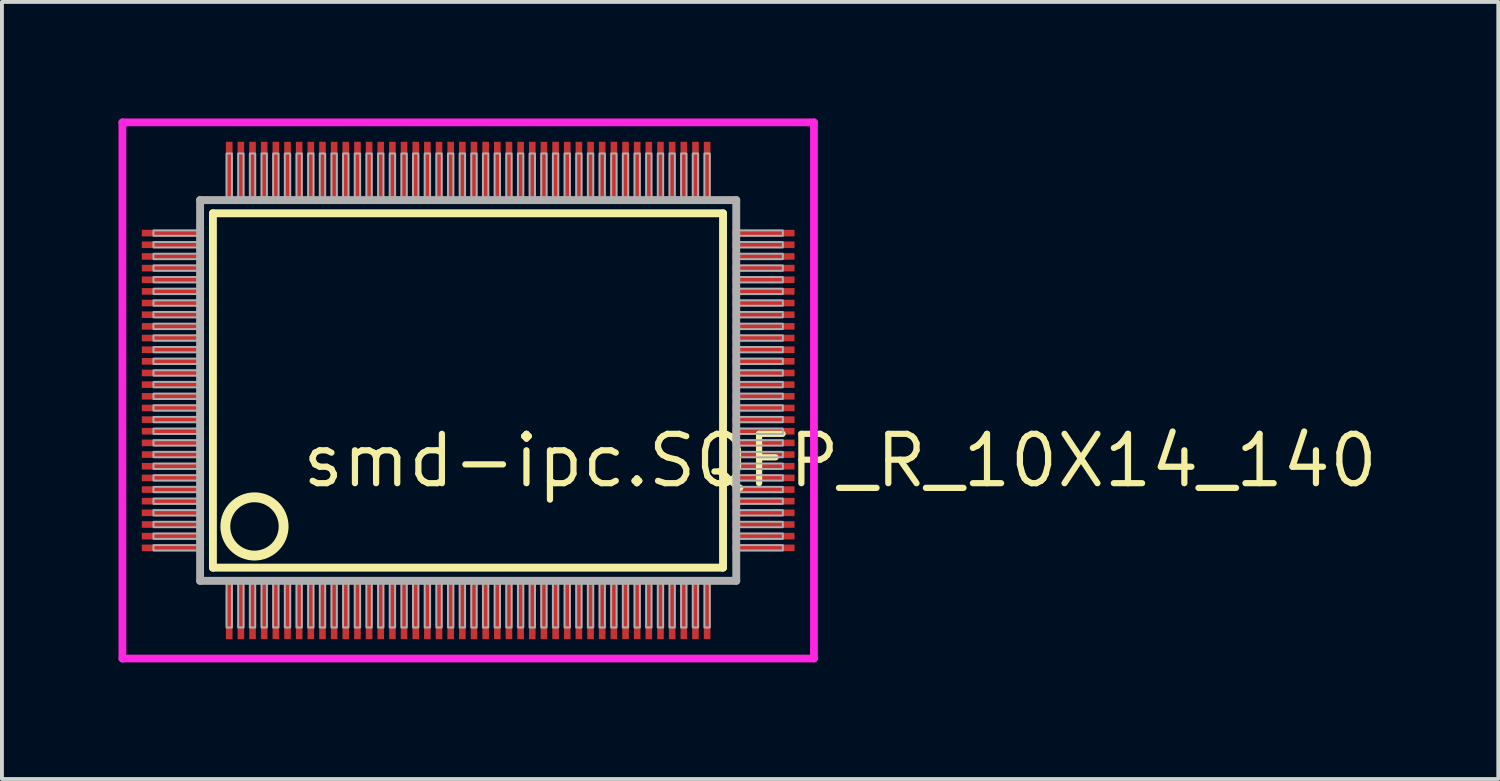
<source format=kicad_pcb>
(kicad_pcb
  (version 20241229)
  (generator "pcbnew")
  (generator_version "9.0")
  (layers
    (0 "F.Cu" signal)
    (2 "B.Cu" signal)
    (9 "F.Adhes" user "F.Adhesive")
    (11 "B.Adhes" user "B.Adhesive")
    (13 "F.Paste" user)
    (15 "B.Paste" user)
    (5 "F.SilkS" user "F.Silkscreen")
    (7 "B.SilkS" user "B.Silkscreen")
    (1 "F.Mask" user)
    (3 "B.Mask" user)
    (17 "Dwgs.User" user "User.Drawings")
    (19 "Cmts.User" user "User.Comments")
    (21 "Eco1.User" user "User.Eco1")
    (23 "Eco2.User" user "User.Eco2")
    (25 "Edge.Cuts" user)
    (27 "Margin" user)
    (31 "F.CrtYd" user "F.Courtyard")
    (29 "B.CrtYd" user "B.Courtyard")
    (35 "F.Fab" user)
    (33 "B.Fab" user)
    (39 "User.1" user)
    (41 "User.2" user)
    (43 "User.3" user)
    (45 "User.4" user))
  (footprint "smd-ipc.SQFP_R_10X14_140"
    (layer "F.Cu")
    (at 9 7)
    (property "Reference" "smd-ipc.SQFP_R_10X14_140" (at -4.35 2.55 0) (layer "F.SilkS") (effects (font (size 1.27 1.27) (thickness 0.16)) (justify left bottom)))
    (attr smd)
    (fp_line (start -6.57 -4.56) (end 6.56 -4.56) (stroke (width 0.203) (type default)) (layer "F.SilkS"))
    (fp_line (start -6.57 4.56) (end -6.57 -4.56) (stroke (width 0.203) (type default)) (layer "F.SilkS"))
    (fp_line (start 6.56 -4.56) (end 6.56 4.56) (stroke (width 0.203) (type default)) (layer "F.SilkS"))
    (fp_line (start 6.56 4.56) (end -6.57 4.56) (stroke (width 0.203) (type default)) (layer "F.SilkS"))
    (fp_circle (center -5.5 3.5) (end -4.75 3.5) (stroke (width 0.254) (type default)) (fill no) (layer "F.SilkS"))
    (fp_line (start -8.9 -6.9) (end 8.9 -6.9) (stroke (width 0.2) (type default)) (layer "F.CrtYd"))
    (fp_line (start -8.9 6.9) (end -8.9 -6.9) (stroke (width 0.2) (type default)) (layer "F.CrtYd"))
    (fp_line (start 8.9 -6.9) (end 8.9 6.9) (stroke (width 0.2) (type default)) (layer "F.CrtYd"))
    (fp_line (start 8.9 6.9) (end -8.9 6.9) (stroke (width 0.2) (type default)) (layer "F.CrtYd"))
    (fp_line (start -6.9 -4.9) (end -6.9 4.9) (stroke (width 0.203) (type default)) (layer "F.Fab"))
    (fp_line (start -6.9 4.9) (end 6.9 4.9) (stroke (width 0.203) (type default)) (layer "F.Fab"))
    (fp_line (start 6.9 -4.9) (end -6.9 -4.9) (stroke (width 0.203) (type default)) (layer "F.Fab"))
    (fp_line (start 6.9 4.9) (end 6.9 -4.9) (stroke (width 0.203) (type default)) (layer "F.Fab"))
    (fp_rect (start -8.1 -3.98) (end -6.95 -4.12) (stroke (width 0.05) (type default)) (fill no) (layer "F.Fab"))
    (fp_rect (start -8.1 -3.68) (end -6.95 -3.82) (stroke (width 0.05) (type default)) (fill no) (layer "F.Fab"))
    (fp_rect (start -8.1 -3.38) (end -6.95 -3.52) (stroke (width 0.05) (type default)) (fill no) (layer "F.Fab"))
    (fp_rect (start -8.1 -3.08) (end -6.95 -3.22) (stroke (width 0.05) (type default)) (fill no) (layer "F.Fab"))
    (fp_rect (start -8.1 -2.78) (end -6.95 -2.92) (stroke (width 0.05) (type default)) (fill no) (layer "F.Fab"))
    (fp_rect (start -8.1 -2.48) (end -6.95 -2.62) (stroke (width 0.05) (type default)) (fill no) (layer "F.Fab"))
    (fp_rect (start -8.1 -2.18) (end -6.95 -2.32) (stroke (width 0.05) (type default)) (fill no) (layer "F.Fab"))
    (fp_rect (start -8.1 -1.88) (end -6.95 -2.02) (stroke (width 0.05) (type default)) (fill no) (layer "F.Fab"))
    (fp_rect (start -8.1 -1.58) (end -6.95 -1.72) (stroke (width 0.05) (type default)) (fill no) (layer "F.Fab"))
    (fp_rect (start -8.1 -1.28) (end -6.95 -1.42) (stroke (width 0.05) (type default)) (fill no) (layer "F.Fab"))
    (fp_rect (start -8.1 -0.98) (end -6.95 -1.12) (stroke (width 0.05) (type default)) (fill no) (layer "F.Fab"))
    (fp_rect (start -8.1 -0.68) (end -6.95 -0.82) (stroke (width 0.05) (type default)) (fill no) (layer "F.Fab"))
    (fp_rect (start -8.1 -0.38) (end -6.95 -0.52) (stroke (width 0.05) (type default)) (fill no) (layer "F.Fab"))
    (fp_rect (start -8.1 -0.08) (end -6.95 -0.22) (stroke (width 0.05) (type default)) (fill no) (layer "F.Fab"))
    (fp_rect (start -8.1 0.22) (end -6.95 0.08) (stroke (width 0.05) (type default)) (fill no) (layer "F.Fab"))
    (fp_rect (start -8.1 0.52) (end -6.95 0.38) (stroke (width 0.05) (type default)) (fill no) (layer "F.Fab"))
    (fp_rect (start -8.1 0.82) (end -6.95 0.68) (stroke (width 0.05) (type default)) (fill no) (layer "F.Fab"))
    (fp_rect (start -8.1 1.12) (end -6.95 0.98) (stroke (width 0.05) (type default)) (fill no) (layer "F.Fab"))
    (fp_rect (start -8.1 1.42) (end -6.95 1.28) (stroke (width 0.05) (type default)) (fill no) (layer "F.Fab"))
    (fp_rect (start -8.1 1.72) (end -6.95 1.58) (stroke (width 0.05) (type default)) (fill no) (layer "F.Fab"))
    (fp_rect (start -8.1 2.02) (end -6.95 1.88) (stroke (width 0.05) (type default)) (fill no) (layer "F.Fab"))
    (fp_rect (start -8.1 2.32) (end -6.95 2.18) (stroke (width 0.05) (type default)) (fill no) (layer "F.Fab"))
    (fp_rect (start -8.1 2.62) (end -6.95 2.48) (stroke (width 0.05) (type default)) (fill no) (layer "F.Fab"))
    (fp_rect (start -8.1 2.92) (end -6.95 2.78) (stroke (width 0.05) (type default)) (fill no) (layer "F.Fab"))
    (fp_rect (start -8.1 3.22) (end -6.95 3.08) (stroke (width 0.05) (type default)) (fill no) (layer "F.Fab"))
    (fp_rect (start -8.1 3.52) (end -6.95 3.38) (stroke (width 0.05) (type default)) (fill no) (layer "F.Fab"))
    (fp_rect (start -8.1 3.82) (end -6.95 3.68) (stroke (width 0.05) (type default)) (fill no) (layer "F.Fab"))
    (fp_rect (start -8.1 4.12) (end -6.95 3.98) (stroke (width 0.05) (type default)) (fill no) (layer "F.Fab"))
    (fp_rect (start -6.22 -4.95) (end -6.08 -6.1) (stroke (width 0.05) (type default)) (fill no) (layer "F.Fab"))
    (fp_rect (start -6.22 6.1) (end -6.08 4.95) (stroke (width 0.05) (type default)) (fill no) (layer "F.Fab"))
    (fp_rect (start -5.92 -4.95) (end -5.78 -6.1) (stroke (width 0.05) (type default)) (fill no) (layer "F.Fab"))
    (fp_rect (start -5.92 6.1) (end -5.78 4.95) (stroke (width 0.05) (type default)) (fill no) (layer "F.Fab"))
    (fp_rect (start -5.62 -4.95) (end -5.48 -6.1) (stroke (width 0.05) (type default)) (fill no) (layer "F.Fab"))
    (fp_rect (start -5.62 6.1) (end -5.48 4.95) (stroke (width 0.05) (type default)) (fill no) (layer "F.Fab"))
    (fp_rect (start -5.32 -4.95) (end -5.18 -6.1) (stroke (width 0.05) (type default)) (fill no) (layer "F.Fab"))
    (fp_rect (start -5.32 6.1) (end -5.18 4.95) (stroke (width 0.05) (type default)) (fill no) (layer "F.Fab"))
    (fp_rect (start -5.02 -4.95) (end -4.88 -6.1) (stroke (width 0.05) (type default)) (fill no) (layer "F.Fab"))
    (fp_rect (start -5.02 6.1) (end -4.88 4.95) (stroke (width 0.05) (type default)) (fill no) (layer "F.Fab"))
    (fp_rect (start -4.72 -4.95) (end -4.58 -6.1) (stroke (width 0.05) (type default)) (fill no) (layer "F.Fab"))
    (fp_rect (start -4.72 6.1) (end -4.58 4.95) (stroke (width 0.05) (type default)) (fill no) (layer "F.Fab"))
    (fp_rect (start -4.42 -4.95) (end -4.28 -6.1) (stroke (width 0.05) (type default)) (fill no) (layer "F.Fab"))
    (fp_rect (start -4.42 6.1) (end -4.28 4.95) (stroke (width 0.05) (type default)) (fill no) (layer "F.Fab"))
    (fp_rect (start -4.12 -4.95) (end -3.98 -6.1) (stroke (width 0.05) (type default)) (fill no) (layer "F.Fab"))
    (fp_rect (start -4.12 6.1) (end -3.98 4.95) (stroke (width 0.05) (type default)) (fill no) (layer "F.Fab"))
    (fp_rect (start -3.82 -4.95) (end -3.68 -6.1) (stroke (width 0.05) (type default)) (fill no) (layer "F.Fab"))
    (fp_rect (start -3.82 6.1) (end -3.68 4.95) (stroke (width 0.05) (type default)) (fill no) (layer "F.Fab"))
    (fp_rect (start -3.52 -4.95) (end -3.38 -6.1) (stroke (width 0.05) (type default)) (fill no) (layer "F.Fab"))
    (fp_rect (start -3.52 6.1) (end -3.38 4.95) (stroke (width 0.05) (type default)) (fill no) (layer "F.Fab"))
    (fp_rect (start -3.22 -4.95) (end -3.08 -6.1) (stroke (width 0.05) (type default)) (fill no) (layer "F.Fab"))
    (fp_rect (start -3.22 6.1) (end -3.08 4.95) (stroke (width 0.05) (type default)) (fill no) (layer "F.Fab"))
    (fp_rect (start -2.92 -4.95) (end -2.78 -6.1) (stroke (width 0.05) (type default)) (fill no) (layer "F.Fab"))
    (fp_rect (start -2.92 6.1) (end -2.78 4.95) (stroke (width 0.05) (type default)) (fill no) (layer "F.Fab"))
    (fp_rect (start -2.62 -4.95) (end -2.48 -6.1) (stroke (width 0.05) (type default)) (fill no) (layer "F.Fab"))
    (fp_rect (start -2.62 6.1) (end -2.48 4.95) (stroke (width 0.05) (type default)) (fill no) (layer "F.Fab"))
    (fp_rect (start -2.32 -4.95) (end -2.18 -6.1) (stroke (width 0.05) (type default)) (fill no) (layer "F.Fab"))
    (fp_rect (start -2.32 6.1) (end -2.18 4.95) (stroke (width 0.05) (type default)) (fill no) (layer "F.Fab"))
    (fp_rect (start -2.02 -4.95) (end -1.88 -6.1) (stroke (width 0.05) (type default)) (fill no) (layer "F.Fab"))
    (fp_rect (start -2.02 6.1) (end -1.88 4.95) (stroke (width 0.05) (type default)) (fill no) (layer "F.Fab"))
    (fp_rect (start -1.72 -4.95) (end -1.58 -6.1) (stroke (width 0.05) (type default)) (fill no) (layer "F.Fab"))
    (fp_rect (start -1.72 6.1) (end -1.58 4.95) (stroke (width 0.05) (type default)) (fill no) (layer "F.Fab"))
    (fp_rect (start -1.42 -4.95) (end -1.28 -6.1) (stroke (width 0.05) (type default)) (fill no) (layer "F.Fab"))
    (fp_rect (start -1.42 6.1) (end -1.28 4.95) (stroke (width 0.05) (type default)) (fill no) (layer "F.Fab"))
    (fp_rect (start -1.12 -4.95) (end -0.98 -6.1) (stroke (width 0.05) (type default)) (fill no) (layer "F.Fab"))
    (fp_rect (start -1.12 6.1) (end -0.98 4.95) (stroke (width 0.05) (type default)) (fill no) (layer "F.Fab"))
    (fp_rect (start -0.82 -4.95) (end -0.68 -6.1) (stroke (width 0.05) (type default)) (fill no) (layer "F.Fab"))
    (fp_rect (start -0.82 6.1) (end -0.68 4.95) (stroke (width 0.05) (type default)) (fill no) (layer "F.Fab"))
    (fp_rect (start -0.52 -4.95) (end -0.38 -6.1) (stroke (width 0.05) (type default)) (fill no) (layer "F.Fab"))
    (fp_rect (start -0.52 6.1) (end -0.38 4.95) (stroke (width 0.05) (type default)) (fill no) (layer "F.Fab"))
    (fp_rect (start -0.22 -4.95) (end -0.08 -6.1) (stroke (width 0.05) (type default)) (fill no) (layer "F.Fab"))
    (fp_rect (start -0.22 6.1) (end -0.08 4.95) (stroke (width 0.05) (type default)) (fill no) (layer "F.Fab"))
    (fp_rect (start 0.08 -4.95) (end 0.22 -6.1) (stroke (width 0.05) (type default)) (fill no) (layer "F.Fab"))
    (fp_rect (start 0.08 6.1) (end 0.22 4.95) (stroke (width 0.05) (type default)) (fill no) (layer "F.Fab"))
    (fp_rect (start 0.38 -4.95) (end 0.52 -6.1) (stroke (width 0.05) (type default)) (fill no) (layer "F.Fab"))
    (fp_rect (start 0.38 6.1) (end 0.52 4.95) (stroke (width 0.05) (type default)) (fill no) (layer "F.Fab"))
    (fp_rect (start 0.68 -4.95) (end 0.82 -6.1) (stroke (width 0.05) (type default)) (fill no) (layer "F.Fab"))
    (fp_rect (start 0.68 6.1) (end 0.82 4.95) (stroke (width 0.05) (type default)) (fill no) (layer "F.Fab"))
    (fp_rect (start 0.98 -4.95) (end 1.12 -6.1) (stroke (width 0.05) (type default)) (fill no) (layer "F.Fab"))
    (fp_rect (start 0.98 6.1) (end 1.12 4.95) (stroke (width 0.05) (type default)) (fill no) (layer "F.Fab"))
    (fp_rect (start 1.28 -4.95) (end 1.42 -6.1) (stroke (width 0.05) (type default)) (fill no) (layer "F.Fab"))
    (fp_rect (start 1.28 6.1) (end 1.42 4.95) (stroke (width 0.05) (type default)) (fill no) (layer "F.Fab"))
    (fp_rect (start 1.58 -4.95) (end 1.72 -6.1) (stroke (width 0.05) (type default)) (fill no) (layer "F.Fab"))
    (fp_rect (start 1.58 6.1) (end 1.72 4.95) (stroke (width 0.05) (type default)) (fill no) (layer "F.Fab"))
    (fp_rect (start 1.88 -4.95) (end 2.02 -6.1) (stroke (width 0.05) (type default)) (fill no) (layer "F.Fab"))
    (fp_rect (start 1.88 6.1) (end 2.02 4.95) (stroke (width 0.05) (type default)) (fill no) (layer "F.Fab"))
    (fp_rect (start 2.18 -4.95) (end 2.32 -6.1) (stroke (width 0.05) (type default)) (fill no) (layer "F.Fab"))
    (fp_rect (start 2.18 6.1) (end 2.32 4.95) (stroke (width 0.05) (type default)) (fill no) (layer "F.Fab"))
    (fp_rect (start 2.48 -4.95) (end 2.62 -6.1) (stroke (width 0.05) (type default)) (fill no) (layer "F.Fab"))
    (fp_rect (start 2.48 6.1) (end 2.62 4.95) (stroke (width 0.05) (type default)) (fill no) (layer "F.Fab"))
    (fp_rect (start 2.78 -4.95) (end 2.92 -6.1) (stroke (width 0.05) (type default)) (fill no) (layer "F.Fab"))
    (fp_rect (start 2.78 6.1) (end 2.92 4.95) (stroke (width 0.05) (type default)) (fill no) (layer "F.Fab"))
    (fp_rect (start 3.08 -4.95) (end 3.22 -6.1) (stroke (width 0.05) (type default)) (fill no) (layer "F.Fab"))
    (fp_rect (start 3.08 6.1) (end 3.22 4.95) (stroke (width 0.05) (type default)) (fill no) (layer "F.Fab"))
    (fp_rect (start 3.38 -4.95) (end 3.52 -6.1) (stroke (width 0.05) (type default)) (fill no) (layer "F.Fab"))
    (fp_rect (start 3.38 6.1) (end 3.52 4.95) (stroke (width 0.05) (type default)) (fill no) (layer "F.Fab"))
    (fp_rect (start 3.68 -4.95) (end 3.82 -6.1) (stroke (width 0.05) (type default)) (fill no) (layer "F.Fab"))
    (fp_rect (start 3.68 6.1) (end 3.82 4.95) (stroke (width 0.05) (type default)) (fill no) (layer "F.Fab"))
    (fp_rect (start 3.98 -4.95) (end 4.12 -6.1) (stroke (width 0.05) (type default)) (fill no) (layer "F.Fab"))
    (fp_rect (start 3.98 6.1) (end 4.12 4.95) (stroke (width 0.05) (type default)) (fill no) (layer "F.Fab"))
    (fp_rect (start 4.28 -4.95) (end 4.42 -6.1) (stroke (width 0.05) (type default)) (fill no) (layer "F.Fab"))
    (fp_rect (start 4.28 6.1) (end 4.42 4.95) (stroke (width 0.05) (type default)) (fill no) (layer "F.Fab"))
    (fp_rect (start 4.58 -4.95) (end 4.72 -6.1) (stroke (width 0.05) (type default)) (fill no) (layer "F.Fab"))
    (fp_rect (start 4.58 6.1) (end 4.72 4.95) (stroke (width 0.05) (type default)) (fill no) (layer "F.Fab"))
    (fp_rect (start 4.88 -4.95) (end 5.02 -6.1) (stroke (width 0.05) (type default)) (fill no) (layer "F.Fab"))
    (fp_rect (start 4.88 6.1) (end 5.02 4.95) (stroke (width 0.05) (type default)) (fill no) (layer "F.Fab"))
    (fp_rect (start 5.18 -4.95) (end 5.32 -6.1) (stroke (width 0.05) (type default)) (fill no) (layer "F.Fab"))
    (fp_rect (start 5.18 6.1) (end 5.32 4.95) (stroke (width 0.05) (type default)) (fill no) (layer "F.Fab"))
    (fp_rect (start 5.48 -4.95) (end 5.62 -6.1) (stroke (width 0.05) (type default)) (fill no) (layer "F.Fab"))
    (fp_rect (start 5.48 6.1) (end 5.62 4.95) (stroke (width 0.05) (type default)) (fill no) (layer "F.Fab"))
    (fp_rect (start 5.78 -4.95) (end 5.92 -6.1) (stroke (width 0.05) (type default)) (fill no) (layer "F.Fab"))
    (fp_rect (start 5.78 6.1) (end 5.92 4.95) (stroke (width 0.05) (type default)) (fill no) (layer "F.Fab"))
    (fp_rect (start 6.08 -4.95) (end 6.22 -6.1) (stroke (width 0.05) (type default)) (fill no) (layer "F.Fab"))
    (fp_rect (start 6.08 6.1) (end 6.22 4.95) (stroke (width 0.05) (type default)) (fill no) (layer "F.Fab"))
    (fp_rect (start 6.95 -3.98) (end 8.1 -4.12) (stroke (width 0.05) (type default)) (fill no) (layer "F.Fab"))
    (fp_rect (start 6.95 -3.68) (end 8.1 -3.82) (stroke (width 0.05) (type default)) (fill no) (layer "F.Fab"))
    (fp_rect (start 6.95 -3.38) (end 8.1 -3.52) (stroke (width 0.05) (type default)) (fill no) (layer "F.Fab"))
    (fp_rect (start 6.95 -3.08) (end 8.1 -3.22) (stroke (width 0.05) (type default)) (fill no) (layer "F.Fab"))
    (fp_rect (start 6.95 -2.78) (end 8.1 -2.92) (stroke (width 0.05) (type default)) (fill no) (layer "F.Fab"))
    (fp_rect (start 6.95 -2.48) (end 8.1 -2.62) (stroke (width 0.05) (type default)) (fill no) (layer "F.Fab"))
    (fp_rect (start 6.95 -2.18) (end 8.1 -2.32) (stroke (width 0.05) (type default)) (fill no) (layer "F.Fab"))
    (fp_rect (start 6.95 -1.88) (end 8.1 -2.02) (stroke (width 0.05) (type default)) (fill no) (layer "F.Fab"))
    (fp_rect (start 6.95 -1.58) (end 8.1 -1.72) (stroke (width 0.05) (type default)) (fill no) (layer "F.Fab"))
    (fp_rect (start 6.95 -1.28) (end 8.1 -1.42) (stroke (width 0.05) (type default)) (fill no) (layer "F.Fab"))
    (fp_rect (start 6.95 -0.98) (end 8.1 -1.12) (stroke (width 0.05) (type default)) (fill no) (layer "F.Fab"))
    (fp_rect (start 6.95 -0.68) (end 8.1 -0.82) (stroke (width 0.05) (type default)) (fill no) (layer "F.Fab"))
    (fp_rect (start 6.95 -0.38) (end 8.1 -0.52) (stroke (width 0.05) (type default)) (fill no) (layer "F.Fab"))
    (fp_rect (start 6.95 -0.08) (end 8.1 -0.22) (stroke (width 0.05) (type default)) (fill no) (layer "F.Fab"))
    (fp_rect (start 6.95 0.22) (end 8.1 0.08) (stroke (width 0.05) (type default)) (fill no) (layer "F.Fab"))
    (fp_rect (start 6.95 0.52) (end 8.1 0.38) (stroke (width 0.05) (type default)) (fill no) (layer "F.Fab"))
    (fp_rect (start 6.95 0.82) (end 8.1 0.68) (stroke (width 0.05) (type default)) (fill no) (layer "F.Fab"))
    (fp_rect (start 6.95 1.12) (end 8.1 0.98) (stroke (width 0.05) (type default)) (fill no) (layer "F.Fab"))
    (fp_rect (start 6.95 1.42) (end 8.1 1.28) (stroke (width 0.05) (type default)) (fill no) (layer "F.Fab"))
    (fp_rect (start 6.95 1.72) (end 8.1 1.58) (stroke (width 0.05) (type default)) (fill no) (layer "F.Fab"))
    (fp_rect (start 6.95 2.02) (end 8.1 1.88) (stroke (width 0.05) (type default)) (fill no) (layer "F.Fab"))
    (fp_rect (start 6.95 2.32) (end 8.1 2.18) (stroke (width 0.05) (type default)) (fill no) (layer "F.Fab"))
    (fp_rect (start 6.95 2.62) (end 8.1 2.48) (stroke (width 0.05) (type default)) (fill no) (layer "F.Fab"))
    (fp_rect (start 6.95 2.92) (end 8.1 2.78) (stroke (width 0.05) (type default)) (fill no) (layer "F.Fab"))
    (fp_rect (start 6.95 3.22) (end 8.1 3.08) (stroke (width 0.05) (type default)) (fill no) (layer "F.Fab"))
    (fp_rect (start 6.95 3.52) (end 8.1 3.38) (stroke (width 0.05) (type default)) (fill no) (layer "F.Fab"))
    (fp_rect (start 6.95 3.82) (end 8.1 3.68) (stroke (width 0.05) (type default)) (fill no) (layer "F.Fab"))
    (fp_rect (start 6.95 4.12) (end 8.1 3.98) (stroke (width 0.05) (type default)) (fill no) (layer "F.Fab"))
    (pad "1" smd roundrect (at -6.15 5.6) (size 0.17 1.6) (layers "F.Cu" "F.Mask" "F.Paste") (roundrect_rratio 0.01))
    (pad "2" smd roundrect (at -5.85 5.6) (size 0.17 1.6) (layers "F.Cu" "F.Mask" "F.Paste") (roundrect_rratio 0.01))
    (pad "3" smd roundrect (at -5.55 5.6) (size 0.17 1.6) (layers "F.Cu" "F.Mask" "F.Paste") (roundrect_rratio 0.01))
    (pad "4" smd roundrect (at -5.25 5.6) (size 0.17 1.6) (layers "F.Cu" "F.Mask" "F.Paste") (roundrect_rratio 0.01))
    (pad "5" smd roundrect (at -4.95 5.6) (size 0.17 1.6) (layers "F.Cu" "F.Mask" "F.Paste") (roundrect_rratio 0.01))
    (pad "6" smd roundrect (at -4.65 5.6) (size 0.17 1.6) (layers "F.Cu" "F.Mask" "F.Paste") (roundrect_rratio 0.01))
    (pad "7" smd roundrect (at -4.35 5.6) (size 0.17 1.6) (layers "F.Cu" "F.Mask" "F.Paste") (roundrect_rratio 0.01))
    (pad "8" smd roundrect (at -4.05 5.6) (size 0.17 1.6) (layers "F.Cu" "F.Mask" "F.Paste") (roundrect_rratio 0.01))
    (pad "9" smd roundrect (at -3.75 5.6) (size 0.17 1.6) (layers "F.Cu" "F.Mask" "F.Paste") (roundrect_rratio 0.01))
    (pad "10" smd roundrect (at -3.45 5.6) (size 0.17 1.6) (layers "F.Cu" "F.Mask" "F.Paste") (roundrect_rratio 0.01))
    (pad "11" smd roundrect (at -3.15 5.6) (size 0.17 1.6) (layers "F.Cu" "F.Mask" "F.Paste") (roundrect_rratio 0.01))
    (pad "12" smd roundrect (at -2.85 5.6) (size 0.17 1.6) (layers "F.Cu" "F.Mask" "F.Paste") (roundrect_rratio 0.01))
    (pad "13" smd roundrect (at -2.55 5.6) (size 0.17 1.6) (layers "F.Cu" "F.Mask" "F.Paste") (roundrect_rratio 0.01))
    (pad "14" smd roundrect (at -2.25 5.6) (size 0.17 1.6) (layers "F.Cu" "F.Mask" "F.Paste") (roundrect_rratio 0.01))
    (pad "15" smd roundrect (at -1.95 5.6) (size 0.17 1.6) (layers "F.Cu" "F.Mask" "F.Paste") (roundrect_rratio 0.01))
    (pad "16" smd roundrect (at -1.65 5.6) (size 0.17 1.6) (layers "F.Cu" "F.Mask" "F.Paste") (roundrect_rratio 0.01))
    (pad "17" smd roundrect (at -1.35 5.6) (size 0.17 1.6) (layers "F.Cu" "F.Mask" "F.Paste") (roundrect_rratio 0.01))
    (pad "18" smd roundrect (at -1.05 5.6) (size 0.17 1.6) (layers "F.Cu" "F.Mask" "F.Paste") (roundrect_rratio 0.01))
    (pad "19" smd roundrect (at -0.75 5.6) (size 0.17 1.6) (layers "F.Cu" "F.Mask" "F.Paste") (roundrect_rratio 0.01))
    (pad "20" smd roundrect (at -0.45 5.6) (size 0.17 1.6) (layers "F.Cu" "F.Mask" "F.Paste") (roundrect_rratio 0.01))
    (pad "21" smd roundrect (at -0.15 5.6) (size 0.17 1.6) (layers "F.Cu" "F.Mask" "F.Paste") (roundrect_rratio 0.01))
    (pad "22" smd roundrect (at 0.15 5.6) (size 0.17 1.6) (layers "F.Cu" "F.Mask" "F.Paste") (roundrect_rratio 0.01))
    (pad "23" smd roundrect (at 0.45 5.6) (size 0.17 1.6) (layers "F.Cu" "F.Mask" "F.Paste") (roundrect_rratio 0.01))
    (pad "24" smd roundrect (at 0.75 5.6) (size 0.17 1.6) (layers "F.Cu" "F.Mask" "F.Paste") (roundrect_rratio 0.01))
    (pad "25" smd roundrect (at 1.05 5.6) (size 0.17 1.6) (layers "F.Cu" "F.Mask" "F.Paste") (roundrect_rratio 0.01))
    (pad "26" smd roundrect (at 1.35 5.6) (size 0.17 1.6) (layers "F.Cu" "F.Mask" "F.Paste") (roundrect_rratio 0.01))
    (pad "27" smd roundrect (at 1.65 5.6) (size 0.17 1.6) (layers "F.Cu" "F.Mask" "F.Paste") (roundrect_rratio 0.01))
    (pad "28" smd roundrect (at 1.95 5.6) (size 0.17 1.6) (layers "F.Cu" "F.Mask" "F.Paste") (roundrect_rratio 0.01))
    (pad "29" smd roundrect (at 2.25 5.6) (size 0.17 1.6) (layers "F.Cu" "F.Mask" "F.Paste") (roundrect_rratio 0.01))
    (pad "30" smd roundrect (at 2.55 5.6) (size 0.17 1.6) (layers "F.Cu" "F.Mask" "F.Paste") (roundrect_rratio 0.01))
    (pad "31" smd roundrect (at 2.85 5.6) (size 0.17 1.6) (layers "F.Cu" "F.Mask" "F.Paste") (roundrect_rratio 0.01))
    (pad "32" smd roundrect (at 3.15 5.6) (size 0.17 1.6) (layers "F.Cu" "F.Mask" "F.Paste") (roundrect_rratio 0.01))
    (pad "33" smd roundrect (at 3.45 5.6) (size 0.17 1.6) (layers "F.Cu" "F.Mask" "F.Paste") (roundrect_rratio 0.01))
    (pad "34" smd roundrect (at 3.75 5.6) (size 0.17 1.6) (layers "F.Cu" "F.Mask" "F.Paste") (roundrect_rratio 0.01))
    (pad "35" smd roundrect (at 4.05 5.6) (size 0.17 1.6) (layers "F.Cu" "F.Mask" "F.Paste") (roundrect_rratio 0.01))
    (pad "36" smd roundrect (at 4.35 5.6) (size 0.17 1.6) (layers "F.Cu" "F.Mask" "F.Paste") (roundrect_rratio 0.01))
    (pad "37" smd roundrect (at 4.65 5.6) (size 0.17 1.6) (layers "F.Cu" "F.Mask" "F.Paste") (roundrect_rratio 0.01))
    (pad "38" smd roundrect (at 4.95 5.6) (size 0.17 1.6) (layers "F.Cu" "F.Mask" "F.Paste") (roundrect_rratio 0.01))
    (pad "39" smd roundrect (at 5.25 5.6) (size 0.17 1.6) (layers "F.Cu" "F.Mask" "F.Paste") (roundrect_rratio 0.01))
    (pad "40" smd roundrect (at 5.55 5.6) (size 0.17 1.6) (layers "F.Cu" "F.Mask" "F.Paste") (roundrect_rratio 0.01))
    (pad "41" smd roundrect (at 5.85 5.6) (size 0.17 1.6) (layers "F.Cu" "F.Mask" "F.Paste") (roundrect_rratio 0.01))
    (pad "42" smd roundrect (at 6.15 5.6) (size 0.17 1.6) (layers "F.Cu" "F.Mask" "F.Paste") (roundrect_rratio 0.01))
    (pad "43" smd roundrect (at 7.6 4.05) (size 1.6 0.17) (layers "F.Cu" "F.Mask" "F.Paste") (roundrect_rratio 0.01))
    (pad "44" smd roundrect (at 7.6 3.75) (size 1.6 0.17) (layers "F.Cu" "F.Mask" "F.Paste") (roundrect_rratio 0.01))
    (pad "45" smd roundrect (at 7.6 3.45) (size 1.6 0.17) (layers "F.Cu" "F.Mask" "F.Paste") (roundrect_rratio 0.01))
    (pad "46" smd roundrect (at 7.6 3.15) (size 1.6 0.17) (layers "F.Cu" "F.Mask" "F.Paste") (roundrect_rratio 0.01))
    (pad "47" smd roundrect (at 7.6 2.85) (size 1.6 0.17) (layers "F.Cu" "F.Mask" "F.Paste") (roundrect_rratio 0.01))
    (pad "48" smd roundrect (at 7.6 2.55) (size 1.6 0.17) (layers "F.Cu" "F.Mask" "F.Paste") (roundrect_rratio 0.01))
    (pad "49" smd roundrect (at 7.6 2.25) (size 1.6 0.17) (layers "F.Cu" "F.Mask" "F.Paste") (roundrect_rratio 0.01))
    (pad "50" smd roundrect (at 7.6 1.95) (size 1.6 0.17) (layers "F.Cu" "F.Mask" "F.Paste") (roundrect_rratio 0.01))
    (pad "51" smd roundrect (at 7.6 1.65) (size 1.6 0.17) (layers "F.Cu" "F.Mask" "F.Paste") (roundrect_rratio 0.01))
    (pad "52" smd roundrect (at 7.6 1.35) (size 1.6 0.17) (layers "F.Cu" "F.Mask" "F.Paste") (roundrect_rratio 0.01))
    (pad "53" smd roundrect (at 7.6 1.05) (size 1.6 0.17) (layers "F.Cu" "F.Mask" "F.Paste") (roundrect_rratio 0.01))
    (pad "54" smd roundrect (at 7.6 0.75) (size 1.6 0.17) (layers "F.Cu" "F.Mask" "F.Paste") (roundrect_rratio 0.01))
    (pad "55" smd roundrect (at 7.6 0.45) (size 1.6 0.17) (layers "F.Cu" "F.Mask" "F.Paste") (roundrect_rratio 0.01))
    (pad "56" smd roundrect (at 7.6 0.15) (size 1.6 0.17) (layers "F.Cu" "F.Mask" "F.Paste") (roundrect_rratio 0.01))
    (pad "57" smd roundrect (at 7.6 -0.15) (size 1.6 0.17) (layers "F.Cu" "F.Mask" "F.Paste") (roundrect_rratio 0.01))
    (pad "58" smd roundrect (at 7.6 -0.45) (size 1.6 0.17) (layers "F.Cu" "F.Mask" "F.Paste") (roundrect_rratio 0.01))
    (pad "59" smd roundrect (at 7.6 -0.75) (size 1.6 0.17) (layers "F.Cu" "F.Mask" "F.Paste") (roundrect_rratio 0.01))
    (pad "60" smd roundrect (at 7.6 -1.05) (size 1.6 0.17) (layers "F.Cu" "F.Mask" "F.Paste") (roundrect_rratio 0.01))
    (pad "61" smd roundrect (at 7.6 -1.35) (size 1.6 0.17) (layers "F.Cu" "F.Mask" "F.Paste") (roundrect_rratio 0.01))
    (pad "62" smd roundrect (at 7.6 -1.65) (size 1.6 0.17) (layers "F.Cu" "F.Mask" "F.Paste") (roundrect_rratio 0.01))
    (pad "63" smd roundrect (at 7.6 -1.95) (size 1.6 0.17) (layers "F.Cu" "F.Mask" "F.Paste") (roundrect_rratio 0.01))
    (pad "64" smd roundrect (at 7.6 -2.25) (size 1.6 0.17) (layers "F.Cu" "F.Mask" "F.Paste") (roundrect_rratio 0.01))
    (pad "65" smd roundrect (at 7.6 -2.55) (size 1.6 0.17) (layers "F.Cu" "F.Mask" "F.Paste") (roundrect_rratio 0.01))
    (pad "66" smd roundrect (at 7.6 -2.85) (size 1.6 0.17) (layers "F.Cu" "F.Mask" "F.Paste") (roundrect_rratio 0.01))
    (pad "67" smd roundrect (at 7.6 -3.15) (size 1.6 0.17) (layers "F.Cu" "F.Mask" "F.Paste") (roundrect_rratio 0.01))
    (pad "68" smd roundrect (at 7.6 -3.45) (size 1.6 0.17) (layers "F.Cu" "F.Mask" "F.Paste") (roundrect_rratio 0.01))
    (pad "69" smd roundrect (at 7.6 -3.75) (size 1.6 0.17) (layers "F.Cu" "F.Mask" "F.Paste") (roundrect_rratio 0.01))
    (pad "70" smd roundrect (at 7.6 -4.05) (size 1.6 0.17) (layers "F.Cu" "F.Mask" "F.Paste") (roundrect_rratio 0.01))
    (pad "71" smd roundrect (at 6.15 -5.6) (size 0.17 1.6) (layers "F.Cu" "F.Mask" "F.Paste") (roundrect_rratio 0.01))
    (pad "72" smd roundrect (at 5.85 -5.6) (size 0.17 1.6) (layers "F.Cu" "F.Mask" "F.Paste") (roundrect_rratio 0.01))
    (pad "73" smd roundrect (at 5.55 -5.6) (size 0.17 1.6) (layers "F.Cu" "F.Mask" "F.Paste") (roundrect_rratio 0.01))
    (pad "74" smd roundrect (at 5.25 -5.6) (size 0.17 1.6) (layers "F.Cu" "F.Mask" "F.Paste") (roundrect_rratio 0.01))
    (pad "75" smd roundrect (at 4.95 -5.6) (size 0.17 1.6) (layers "F.Cu" "F.Mask" "F.Paste") (roundrect_rratio 0.01))
    (pad "76" smd roundrect (at 4.65 -5.6) (size 0.17 1.6) (layers "F.Cu" "F.Mask" "F.Paste") (roundrect_rratio 0.01))
    (pad "77" smd roundrect (at 4.35 -5.6) (size 0.17 1.6) (layers "F.Cu" "F.Mask" "F.Paste") (roundrect_rratio 0.01))
    (pad "78" smd roundrect (at 4.05 -5.6) (size 0.17 1.6) (layers "F.Cu" "F.Mask" "F.Paste") (roundrect_rratio 0.01))
    (pad "79" smd roundrect (at 3.75 -5.6) (size 0.17 1.6) (layers "F.Cu" "F.Mask" "F.Paste") (roundrect_rratio 0.01))
    (pad "80" smd roundrect (at 3.45 -5.6) (size 0.17 1.6) (layers "F.Cu" "F.Mask" "F.Paste") (roundrect_rratio 0.01))
    (pad "81" smd roundrect (at 3.15 -5.6) (size 0.17 1.6) (layers "F.Cu" "F.Mask" "F.Paste") (roundrect_rratio 0.01))
    (pad "82" smd roundrect (at 2.85 -5.6) (size 0.17 1.6) (layers "F.Cu" "F.Mask" "F.Paste") (roundrect_rratio 0.01))
    (pad "83" smd roundrect (at 2.55 -5.6) (size 0.17 1.6) (layers "F.Cu" "F.Mask" "F.Paste") (roundrect_rratio 0.01))
    (pad "84" smd roundrect (at 2.25 -5.6) (size 0.17 1.6) (layers "F.Cu" "F.Mask" "F.Paste") (roundrect_rratio 0.01))
    (pad "85" smd roundrect (at 1.95 -5.6) (size 0.17 1.6) (layers "F.Cu" "F.Mask" "F.Paste") (roundrect_rratio 0.01))
    (pad "86" smd roundrect (at 1.65 -5.6) (size 0.17 1.6) (layers "F.Cu" "F.Mask" "F.Paste") (roundrect_rratio 0.01))
    (pad "87" smd roundrect (at 1.35 -5.6) (size 0.17 1.6) (layers "F.Cu" "F.Mask" "F.Paste") (roundrect_rratio 0.01))
    (pad "88" smd roundrect (at 1.05 -5.6) (size 0.17 1.6) (layers "F.Cu" "F.Mask" "F.Paste") (roundrect_rratio 0.01))
    (pad "89" smd roundrect (at 0.75 -5.6) (size 0.17 1.6) (layers "F.Cu" "F.Mask" "F.Paste") (roundrect_rratio 0.01))
    (pad "90" smd roundrect (at 0.45 -5.6) (size 0.17 1.6) (layers "F.Cu" "F.Mask" "F.Paste") (roundrect_rratio 0.01))
    (pad "91" smd roundrect (at 0.15 -5.6) (size 0.17 1.6) (layers "F.Cu" "F.Mask" "F.Paste") (roundrect_rratio 0.01))
    (pad "92" smd roundrect (at -0.15 -5.6) (size 0.17 1.6) (layers "F.Cu" "F.Mask" "F.Paste") (roundrect_rratio 0.01))
    (pad "93" smd roundrect (at -0.45 -5.6) (size 0.17 1.6) (layers "F.Cu" "F.Mask" "F.Paste") (roundrect_rratio 0.01))
    (pad "94" smd roundrect (at -0.75 -5.6) (size 0.17 1.6) (layers "F.Cu" "F.Mask" "F.Paste") (roundrect_rratio 0.01))
    (pad "95" smd roundrect (at -1.05 -5.6) (size 0.17 1.6) (layers "F.Cu" "F.Mask" "F.Paste") (roundrect_rratio 0.01))
    (pad "96" smd roundrect (at -1.35 -5.6) (size 0.17 1.6) (layers "F.Cu" "F.Mask" "F.Paste") (roundrect_rratio 0.01))
    (pad "97" smd roundrect (at -1.65 -5.6) (size 0.17 1.6) (layers "F.Cu" "F.Mask" "F.Paste") (roundrect_rratio 0.01))
    (pad "98" smd roundrect (at -1.95 -5.6) (size 0.17 1.6) (layers "F.Cu" "F.Mask" "F.Paste") (roundrect_rratio 0.01))
    (pad "99" smd roundrect (at -2.25 -5.6) (size 0.17 1.6) (layers "F.Cu" "F.Mask" "F.Paste") (roundrect_rratio 0.01))
    (pad "100" smd roundrect (at -2.55 -5.6) (size 0.17 1.6) (layers "F.Cu" "F.Mask" "F.Paste") (roundrect_rratio 0.01))
    (pad "101" smd roundrect (at -2.85 -5.6) (size 0.17 1.6) (layers "F.Cu" "F.Mask" "F.Paste") (roundrect_rratio 0.01))
    (pad "102" smd roundrect (at -3.15 -5.6) (size 0.17 1.6) (layers "F.Cu" "F.Mask" "F.Paste") (roundrect_rratio 0.01))
    (pad "103" smd roundrect (at -3.45 -5.6) (size 0.17 1.6) (layers "F.Cu" "F.Mask" "F.Paste") (roundrect_rratio 0.01))
    (pad "104" smd roundrect (at -3.75 -5.6) (size 0.17 1.6) (layers "F.Cu" "F.Mask" "F.Paste") (roundrect_rratio 0.01))
    (pad "105" smd roundrect (at -4.05 -5.6) (size 0.17 1.6) (layers "F.Cu" "F.Mask" "F.Paste") (roundrect_rratio 0.01))
    (pad "106" smd roundrect (at -4.35 -5.6) (size 0.17 1.6) (layers "F.Cu" "F.Mask" "F.Paste") (roundrect_rratio 0.01))
    (pad "107" smd roundrect (at -4.65 -5.6) (size 0.17 1.6) (layers "F.Cu" "F.Mask" "F.Paste") (roundrect_rratio 0.01))
    (pad "108" smd roundrect (at -4.95 -5.6) (size 0.17 1.6) (layers "F.Cu" "F.Mask" "F.Paste") (roundrect_rratio 0.01))
    (pad "109" smd roundrect (at -5.25 -5.6) (size 0.17 1.6) (layers "F.Cu" "F.Mask" "F.Paste") (roundrect_rratio 0.01))
    (pad "110" smd roundrect (at -5.55 -5.6) (size 0.17 1.6) (layers "F.Cu" "F.Mask" "F.Paste") (roundrect_rratio 0.01))
    (pad "111" smd roundrect (at -5.85 -5.6) (size 0.17 1.6) (layers "F.Cu" "F.Mask" "F.Paste") (roundrect_rratio 0.01))
    (pad "112" smd roundrect (at -6.15 -5.6) (size 0.17 1.6) (layers "F.Cu" "F.Mask" "F.Paste") (roundrect_rratio 0.01))
    (pad "113" smd roundrect (at -7.6 -4.05) (size 1.6 0.17) (layers "F.Cu" "F.Mask" "F.Paste") (roundrect_rratio 0.01))
    (pad "114" smd roundrect (at -7.6 -3.75) (size 1.6 0.17) (layers "F.Cu" "F.Mask" "F.Paste") (roundrect_rratio 0.01))
    (pad "115" smd roundrect (at -7.6 -3.45) (size 1.6 0.17) (layers "F.Cu" "F.Mask" "F.Paste") (roundrect_rratio 0.01))
    (pad "116" smd roundrect (at -7.6 -3.15) (size 1.6 0.17) (layers "F.Cu" "F.Mask" "F.Paste") (roundrect_rratio 0.01))
    (pad "117" smd roundrect (at -7.6 -2.85) (size 1.6 0.17) (layers "F.Cu" "F.Mask" "F.Paste") (roundrect_rratio 0.01))
    (pad "118" smd roundrect (at -7.6 -2.55) (size 1.6 0.17) (layers "F.Cu" "F.Mask" "F.Paste") (roundrect_rratio 0.01))
    (pad "119" smd roundrect (at -7.6 -2.25) (size 1.6 0.17) (layers "F.Cu" "F.Mask" "F.Paste") (roundrect_rratio 0.01))
    (pad "120" smd roundrect (at -7.6 -1.95) (size 1.6 0.17) (layers "F.Cu" "F.Mask" "F.Paste") (roundrect_rratio 0.01))
    (pad "121" smd roundrect (at -7.6 -1.65) (size 1.6 0.17) (layers "F.Cu" "F.Mask" "F.Paste") (roundrect_rratio 0.01))
    (pad "122" smd roundrect (at -7.6 -1.35) (size 1.6 0.17) (layers "F.Cu" "F.Mask" "F.Paste") (roundrect_rratio 0.01))
    (pad "123" smd roundrect (at -7.6 -1.05) (size 1.6 0.17) (layers "F.Cu" "F.Mask" "F.Paste") (roundrect_rratio 0.01))
    (pad "124" smd roundrect (at -7.6 -0.75) (size 1.6 0.17) (layers "F.Cu" "F.Mask" "F.Paste") (roundrect_rratio 0.01))
    (pad "125" smd roundrect (at -7.6 -0.45) (size 1.6 0.17) (layers "F.Cu" "F.Mask" "F.Paste") (roundrect_rratio 0.01))
    (pad "126" smd roundrect (at -7.6 -0.15) (size 1.6 0.17) (layers "F.Cu" "F.Mask" "F.Paste") (roundrect_rratio 0.01))
    (pad "127" smd roundrect (at -7.6 0.15) (size 1.6 0.17) (layers "F.Cu" "F.Mask" "F.Paste") (roundrect_rratio 0.01))
    (pad "128" smd roundrect (at -7.6 0.45) (size 1.6 0.17) (layers "F.Cu" "F.Mask" "F.Paste") (roundrect_rratio 0.01))
    (pad "129" smd roundrect (at -7.6 0.75) (size 1.6 0.17) (layers "F.Cu" "F.Mask" "F.Paste") (roundrect_rratio 0.01))
    (pad "130" smd roundrect (at -7.6 1.05) (size 1.6 0.17) (layers "F.Cu" "F.Mask" "F.Paste") (roundrect_rratio 0.01))
    (pad "131" smd roundrect (at -7.6 1.35) (size 1.6 0.17) (layers "F.Cu" "F.Mask" "F.Paste") (roundrect_rratio 0.01))
    (pad "132" smd roundrect (at -7.6 1.65) (size 1.6 0.17) (layers "F.Cu" "F.Mask" "F.Paste") (roundrect_rratio 0.01))
    (pad "133" smd roundrect (at -7.6 1.95) (size 1.6 0.17) (layers "F.Cu" "F.Mask" "F.Paste") (roundrect_rratio 0.01))
    (pad "134" smd roundrect (at -7.6 2.25) (size 1.6 0.17) (layers "F.Cu" "F.Mask" "F.Paste") (roundrect_rratio 0.01))
    (pad "135" smd roundrect (at -7.6 2.55) (size 1.6 0.17) (layers "F.Cu" "F.Mask" "F.Paste") (roundrect_rratio 0.01))
    (pad "136" smd roundrect (at -7.6 2.85) (size 1.6 0.17) (layers "F.Cu" "F.Mask" "F.Paste") (roundrect_rratio 0.01))
    (pad "137" smd roundrect (at -7.6 3.15) (size 1.6 0.17) (layers "F.Cu" "F.Mask" "F.Paste") (roundrect_rratio 0.01))
    (pad "138" smd roundrect (at -7.6 3.45) (size 1.6 0.17) (layers "F.Cu" "F.Mask" "F.Paste") (roundrect_rratio 0.01))
    (pad "139" smd roundrect (at -7.6 3.75) (size 1.6 0.17) (layers "F.Cu" "F.Mask" "F.Paste") (roundrect_rratio 0.01))
    (pad "140" smd roundrect (at -7.6 4.05) (size 1.6 0.17) (layers "F.Cu" "F.Mask" "F.Paste") (roundrect_rratio 0.01)))
  (gr_rect
    (start -3 -3)
    (end 35.514 17)
    (stroke (width 0.1) (type default))
    (fill no)
    (layer "Edge.Cuts")))
</source>
